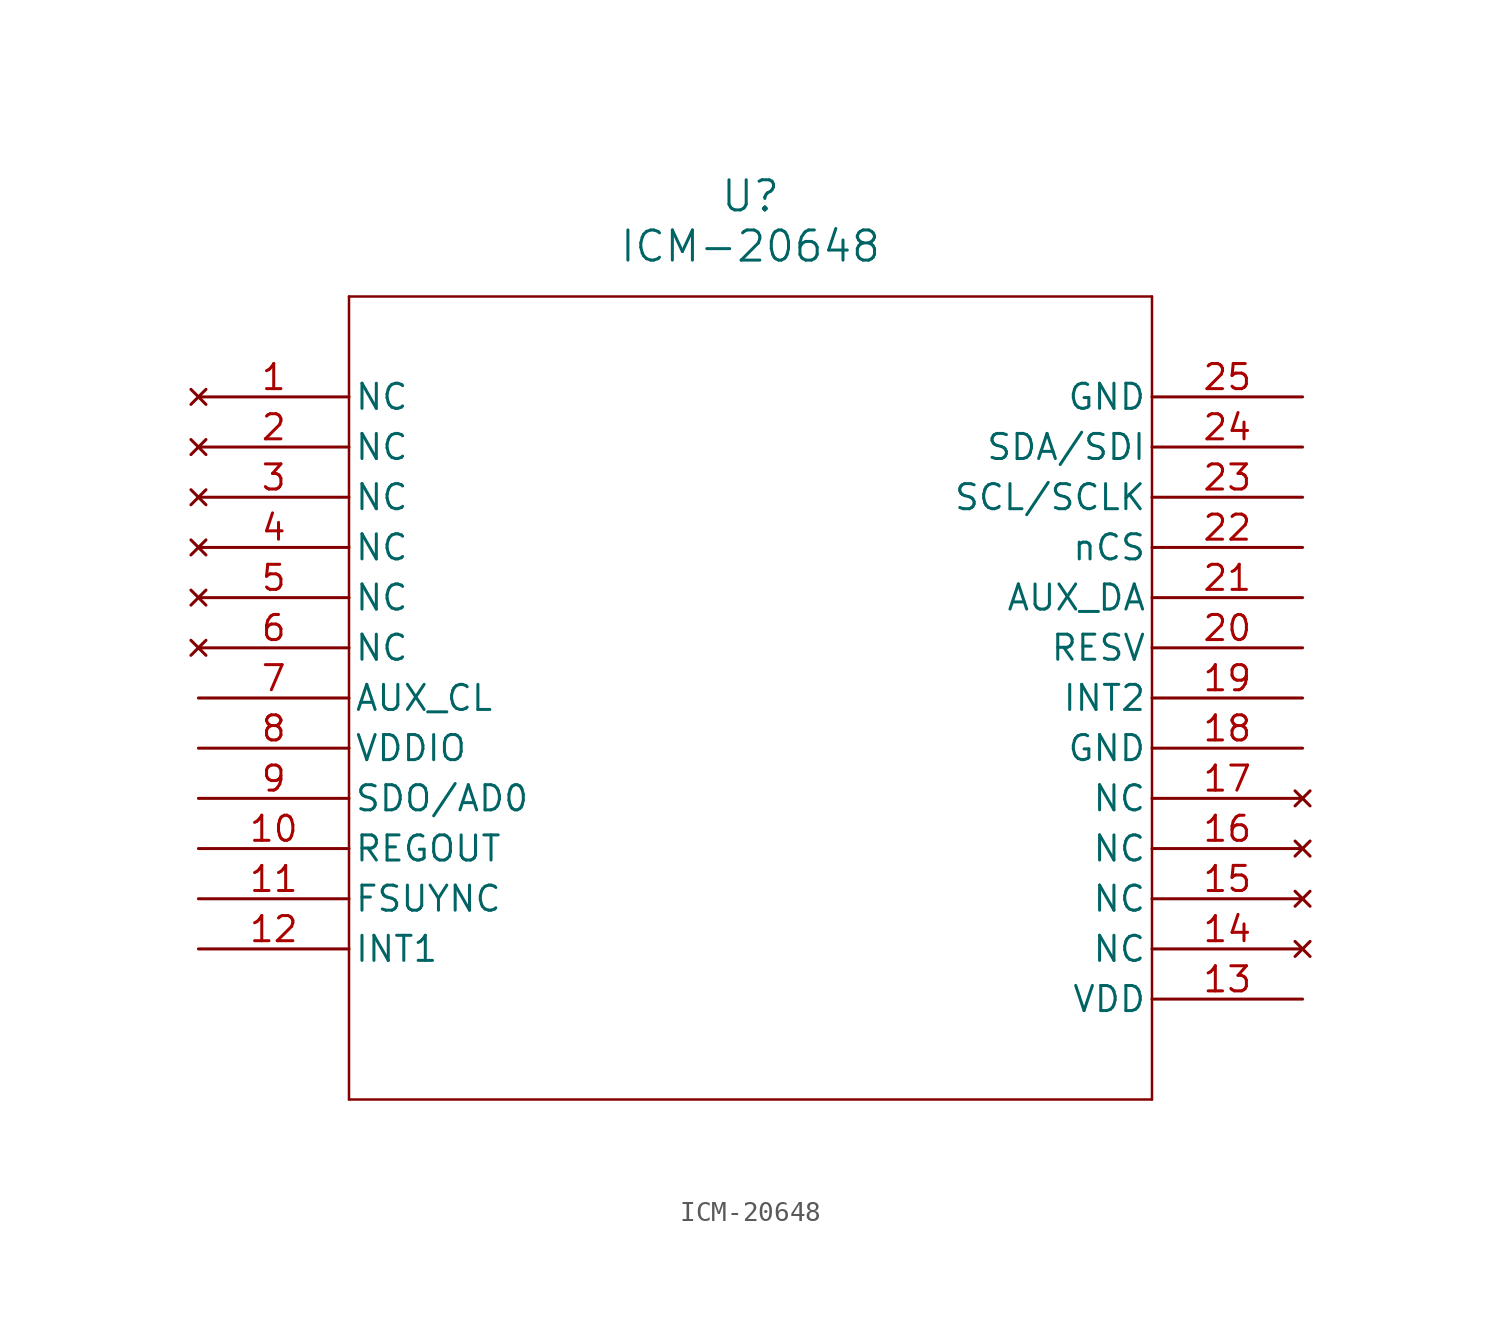
<source format=kicad_sym>
(kicad_symbol_lib
  (version 20211014)
  (generator kicad_symbol_editor)
  (symbol "ICM-20648"
    (pin_names
      (offset 0.254))
    (property "Reference" "U"
      (at 27.94 10.16 0)
      (effects (font (size 1.524 1.524))))
    (property "Value" "ICM-20648"
      (at 27.94 7.62 0)
      (effects (font (size 1.524 1.524))))
    (symbol "ICM-20648_0_1"
      (polyline (pts (xy 7.62 5.08) (xy 7.62 -35.56)) (stroke (width 0.127) (type default) (color 0 0 0 0)) (fill (type none)))
      (polyline (pts (xy 7.62 -35.56) (xy 48.26 -35.56)) (stroke (width 0.127) (type default) (color 0 0 0 0)) (fill (type none)))
      (polyline (pts (xy 48.26 -35.56) (xy 48.26 5.08)) (stroke (width 0.127) (type default) (color 0 0 0 0)) (fill (type none)))
      (polyline (pts (xy 48.26 5.08) (xy 7.62 5.08)) (stroke (width 0.127) (type default) (color 0 0 0 0)) (fill (type none)))
      (pin no_connect line (at 0 0 0) (length 7.62) (name "NC" (effects (font (size 1.27 1.27)))) (number "1" (effects (font (size 1.27 1.27)))))
      (pin no_connect line (at 0 -2.54 0) (length 7.62) (name "NC" (effects (font (size 1.27 1.27)))) (number "2" (effects (font (size 1.27 1.27)))))
      (pin no_connect line (at 0 -5.08 0) (length 7.62) (name "NC" (effects (font (size 1.27 1.27)))) (number "3" (effects (font (size 1.27 1.27)))))
      (pin no_connect line (at 0 -7.62 0) (length 7.62) (name "NC" (effects (font (size 1.27 1.27)))) (number "4" (effects (font (size 1.27 1.27)))))
      (pin no_connect line (at 0 -10.16 0) (length 7.62) (name "NC" (effects (font (size 1.27 1.27)))) (number "5" (effects (font (size 1.27 1.27)))))
      (pin no_connect line (at 0 -12.7 0) (length 7.62) (name "NC" (effects (font (size 1.27 1.27)))) (number "6" (effects (font (size 1.27 1.27)))))
      (pin unspecified line (at 0 -15.24 0) (length 7.62) (name "AUX_CL" (effects (font (size 1.27 1.27)))) (number "7" (effects (font (size 1.27 1.27)))))
      (pin power_in line (at 0 -17.78 0) (length 7.62) (name "VDDIO" (effects (font (size 1.27 1.27)))) (number "8" (effects (font (size 1.27 1.27)))))
      (pin bidirectional line (at 0 -20.32 0) (length 7.62) (name "SDO/AD0" (effects (font (size 1.27 1.27)))) (number "9" (effects (font (size 1.27 1.27)))))
      (pin output line (at 0 -22.86 0) (length 7.62) (name "REGOUT" (effects (font (size 1.27 1.27)))) (number "10" (effects (font (size 1.27 1.27)))))
      (pin input line (at 0 -25.4 0) (length 7.62) (name "FSUYNC" (effects (font (size 1.27 1.27)))) (number "11" (effects (font (size 1.27 1.27)))))
      (pin output line (at 0 -27.94 0) (length 7.62) (name "INT1" (effects (font (size 1.27 1.27)))) (number "12" (effects (font (size 1.27 1.27)))))
      (pin power_in line (at 55.88 -30.48 180) (length 7.62) (name "VDD" (effects (font (size 1.27 1.27)))) (number "13" (effects (font (size 1.27 1.27)))))
      (pin no_connect line (at 55.88 -27.94 180) (length 7.62) (name "NC" (effects (font (size 1.27 1.27)))) (number "14" (effects (font (size 1.27 1.27)))))
      (pin no_connect line (at 55.88 -25.4 180) (length 7.62) (name "NC" (effects (font (size 1.27 1.27)))) (number "15" (effects (font (size 1.27 1.27)))))
      (pin no_connect line (at 55.88 -22.86 180) (length 7.62) (name "NC" (effects (font (size 1.27 1.27)))) (number "16" (effects (font (size 1.27 1.27)))))
      (pin no_connect line (at 55.88 -20.32 180) (length 7.62) (name "NC" (effects (font (size 1.27 1.27)))) (number "17" (effects (font (size 1.27 1.27)))))
      (pin power_out line (at 55.88 -17.78 180) (length 7.62) (name "GND" (effects (font (size 1.27 1.27)))) (number "18" (effects (font (size 1.27 1.27)))))
      (pin output line (at 55.88 -15.24 180) (length 7.62) (name "INT2" (effects (font (size 1.27 1.27)))) (number "19" (effects (font (size 1.27 1.27)))))
      (pin power_out line (at 55.88 -12.7 180) (length 7.62) (name "RESV" (effects (font (size 1.27 1.27)))) (number "20" (effects (font (size 1.27 1.27)))))
      (pin unspecified line (at 55.88 -10.16 180) (length 7.62) (name "AUX_DA" (effects (font (size 1.27 1.27)))) (number "21" (effects (font (size 1.27 1.27)))))
      (pin input line (at 55.88 -7.62 180) (length 7.62) (name "nCS" (effects (font (size 1.27 1.27)))) (number "22" (effects (font (size 1.27 1.27)))))
      (pin input line (at 55.88 -5.08 180) (length 7.62) (name "SCL/SCLK" (effects (font (size 1.27 1.27)))) (number "23" (effects (font (size 1.27 1.27)))))
      (pin input line (at 55.88 -2.54 180) (length 7.62) (name "SDA/SDI" (effects (font (size 1.27 1.27)))) (number "24" (effects (font (size 1.27 1.27)))))
      (pin power_out line (at 55.88 0 180) (length 7.62) (name "GND" (effects (font (size 1.27 1.27)))) (number "25" (effects (font (size 1.27 1.27))))))))
</source>
